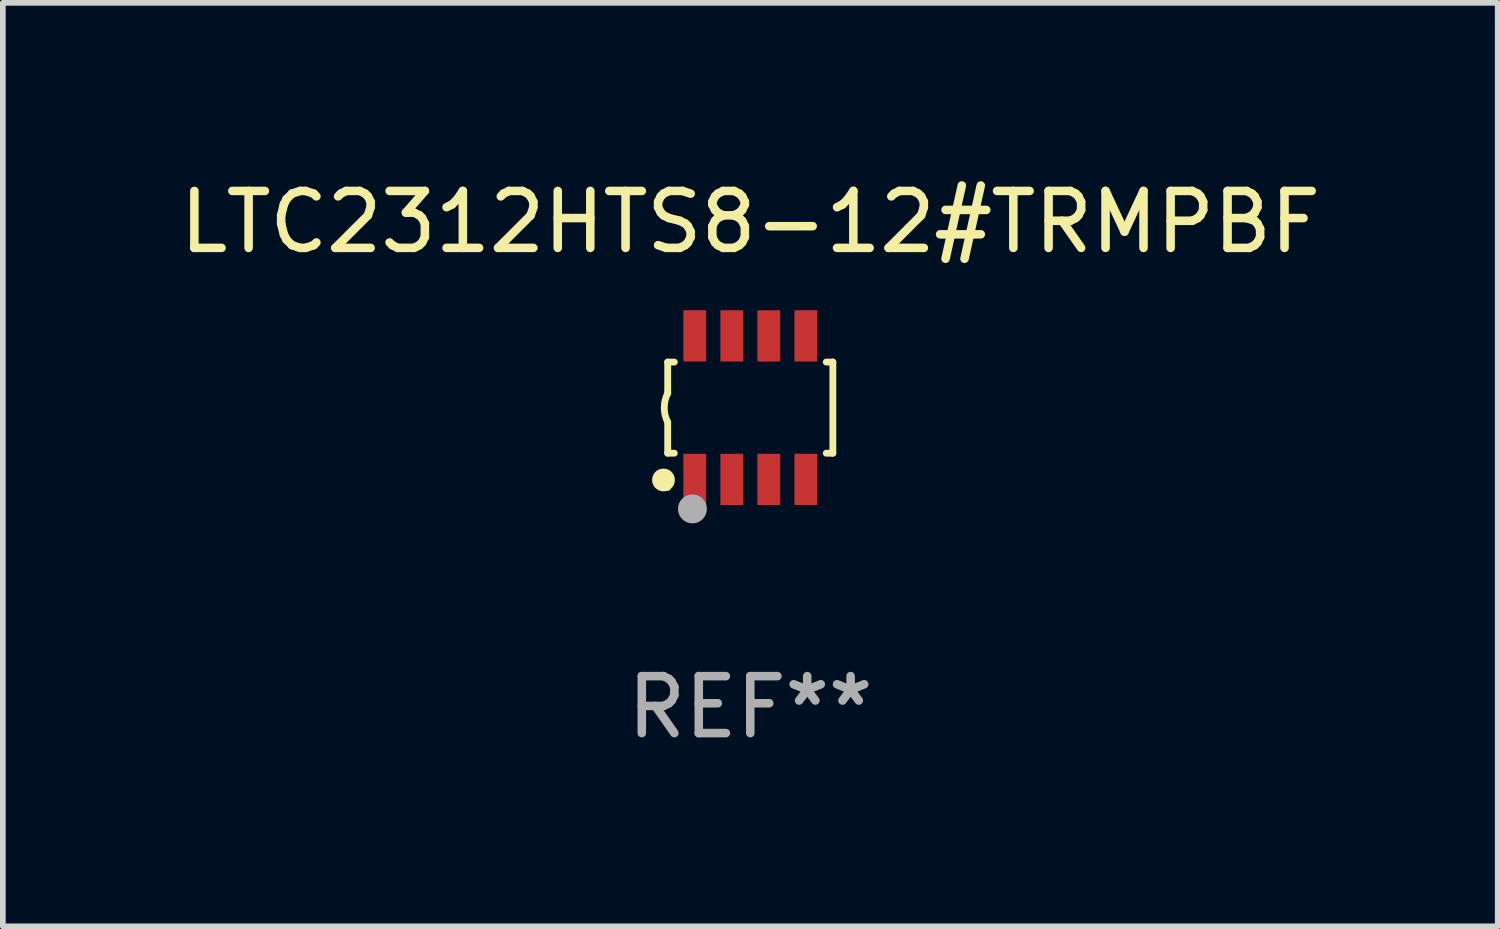
<source format=kicad_pcb>
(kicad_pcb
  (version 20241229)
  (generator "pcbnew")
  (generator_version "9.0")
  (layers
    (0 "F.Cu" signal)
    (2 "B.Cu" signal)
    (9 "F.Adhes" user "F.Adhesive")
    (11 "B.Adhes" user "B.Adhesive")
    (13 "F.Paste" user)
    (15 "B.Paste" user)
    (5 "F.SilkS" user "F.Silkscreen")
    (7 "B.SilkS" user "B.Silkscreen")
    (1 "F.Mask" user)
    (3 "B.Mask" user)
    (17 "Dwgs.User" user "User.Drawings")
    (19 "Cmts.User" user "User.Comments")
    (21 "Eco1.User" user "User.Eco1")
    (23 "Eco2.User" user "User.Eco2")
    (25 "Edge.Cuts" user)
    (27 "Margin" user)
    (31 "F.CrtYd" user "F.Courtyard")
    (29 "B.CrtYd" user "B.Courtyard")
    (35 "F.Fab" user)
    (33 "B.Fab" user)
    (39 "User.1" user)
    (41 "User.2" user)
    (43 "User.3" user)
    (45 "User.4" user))
  (footprint "LTC2312HTS8-12#TRMPBF"
    (layer "F.Cu")
    (at 10.125 4.108)
    (property "Reference" "LTC2312HTS8-12#TRMPBF" (at 0 -3.26 0) (layer "F.SilkS") (effects (font (size 1 1) (thickness 0.15))))
    (attr through_hole)
    (fp_line (start -1.45 -0.8) (end -1.45 -0.254) (stroke (width 0.12) (type solid)) (layer "F.SilkS"))
    (fp_line (start -1.45 -0.8) (end -1.334 -0.8) (stroke (width 0.12) (type solid)) (layer "F.SilkS"))
    (fp_line (start -1.45 0.8) (end -1.45 0.254) (stroke (width 0.12) (type solid)) (layer "F.SilkS"))
    (fp_line (start -1.45 0.8) (end -1.334 0.8) (stroke (width 0.12) (type solid)) (layer "F.SilkS"))
    (fp_line (start 1.334 -0.8) (end 1.45 -0.8) (stroke (width 0.12) (type solid)) (layer "F.SilkS"))
    (fp_line (start 1.334 0.8) (end 1.45 0.8) (stroke (width 0.12) (type solid)) (layer "F.SilkS"))
    (fp_line (start 1.45 0.8) (end 1.45 -0.8) (stroke (width 0.12) (type solid)) (layer "F.SilkS"))
    (fp_arc (start -1.45075 0.255144) (mid -1.510605 0.000434) (end -1.450013 -0.254102) (stroke (width 0.11999) (type solid)) (layer "F.SilkS"))
    (fp_circle (center -1.524 1.27) (end -1.424 1.27) (stroke (width 0.2) (type solid)) (fill no) (layer "F.SilkS"))
    (fp_circle (center -1.45 1.4) (end -1.42 1.4) (stroke (width 0.06) (type solid)) (fill no) (layer "F.SilkS"))
    (fp_circle (center -1.016 1.778) (end -0.889 1.778) (stroke (width 0.254) (type solid)) (fill no) (layer "F.Fab"))
    (fp_text user "REF**" (at 0 5.26 0) (layer "F.Fab") (effects (font (size 1 1) (thickness 0.15))))
    (pad "1" smd rect (at -0.975 1.26) (size 0.4 0.9) (layers "F.Cu" "F.Mask" "F.Paste"))
    (pad "2" smd rect (at -0.325 1.26) (size 0.4 0.9) (layers "F.Cu" "F.Mask" "F.Paste"))
    (pad "3" smd rect (at 0.325 1.26) (size 0.4 0.9) (layers "F.Cu" "F.Mask" "F.Paste"))
    (pad "4" smd rect (at 0.975 1.26) (size 0.4 0.9) (layers "F.Cu" "F.Mask" "F.Paste"))
    (pad "5" smd rect (at 0.975 -1.26) (size 0.4 0.9) (layers "F.Cu" "F.Mask" "F.Paste"))
    (pad "6" smd rect (at 0.325 -1.26) (size 0.4 0.9) (layers "F.Cu" "F.Mask" "F.Paste"))
    (pad "7" smd rect (at -0.325 -1.26) (size 0.4 0.9) (layers "F.Cu" "F.Mask" "F.Paste"))
    (pad "8" smd rect (at -0.975 -1.26) (size 0.4 0.9) (layers "F.Cu" "F.Mask" "F.Paste")))
  (gr_rect
    (start -3 -3)
    (end 23.25 13.216)
    (stroke (width 0.1) (type default))
    (fill no)
    (layer "Edge.Cuts")))
</source>
